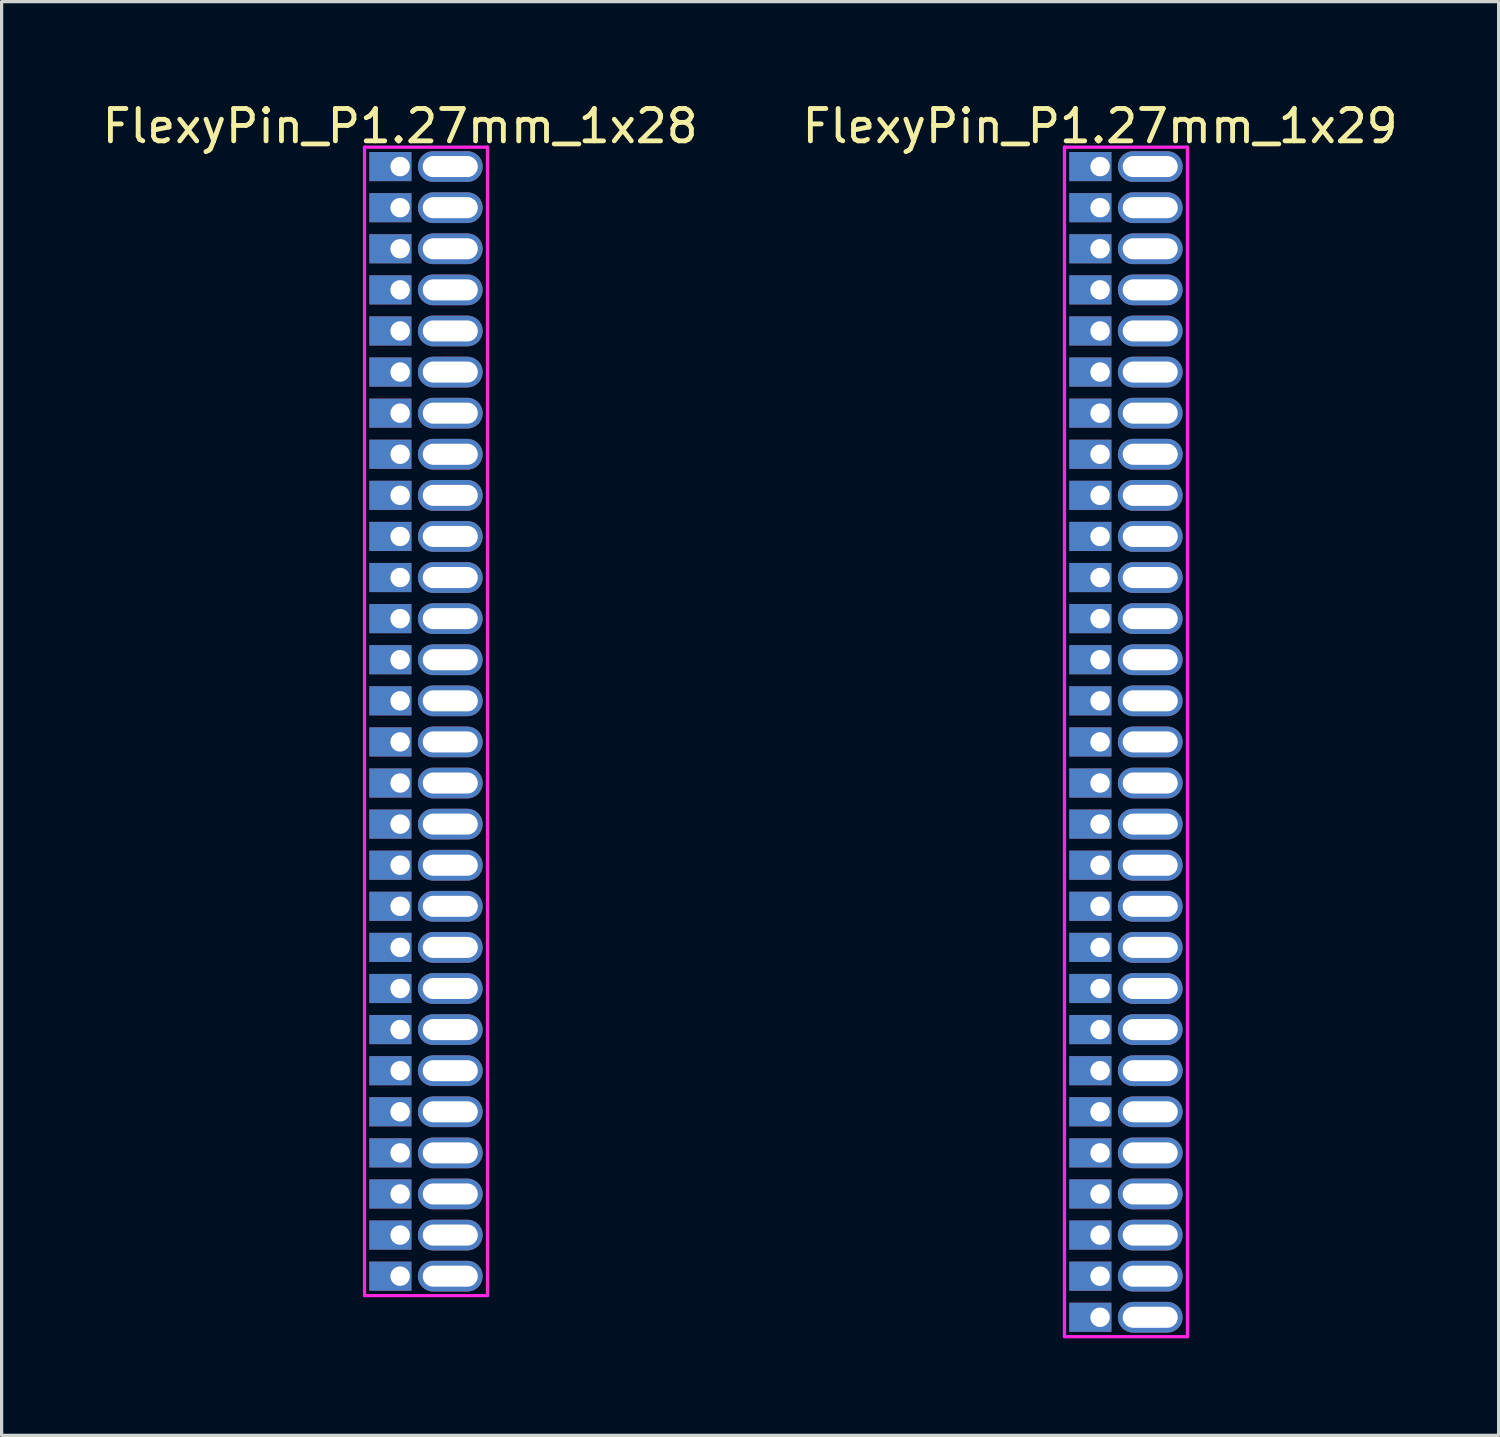
<source format=kicad_pcb>
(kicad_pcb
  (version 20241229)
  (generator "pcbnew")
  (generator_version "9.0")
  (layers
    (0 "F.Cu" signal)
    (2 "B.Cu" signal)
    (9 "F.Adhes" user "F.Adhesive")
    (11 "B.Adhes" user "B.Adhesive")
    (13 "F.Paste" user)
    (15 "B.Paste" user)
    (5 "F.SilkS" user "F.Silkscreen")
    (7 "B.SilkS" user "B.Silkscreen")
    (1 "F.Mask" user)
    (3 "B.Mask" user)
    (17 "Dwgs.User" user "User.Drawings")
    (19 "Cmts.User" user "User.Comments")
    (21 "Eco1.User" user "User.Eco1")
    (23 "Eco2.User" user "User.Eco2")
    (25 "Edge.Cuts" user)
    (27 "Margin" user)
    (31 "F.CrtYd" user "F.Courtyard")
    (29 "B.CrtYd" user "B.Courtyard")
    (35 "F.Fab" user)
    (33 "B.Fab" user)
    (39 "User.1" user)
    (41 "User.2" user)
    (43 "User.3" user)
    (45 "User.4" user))
  (footprint "FlexyPin_P1.27mm_1x29"
    (layer "F.Cu")
    (at 30.946 2.098)
    (property "Reference" "FlexyPin_P1.27mm_1x29" (at 0 -1.25 0) (layer "F.SilkS") (effects (font (size 1 1) (thickness 0.15))))
    (attr through_hole)
    (fp_line (start -1.1 -0.6) (end 2.7 -0.6) (stroke (width 0.1) (type solid)) (layer "F.CrtYd"))
    (fp_line (start -1.1 36.16) (end -1.1 -0.6) (stroke (width 0.1) (type solid)) (layer "F.CrtYd"))
    (fp_line (start 2.7 -0.6) (end 2.7 36.16) (stroke (width 0.1) (type solid)) (layer "F.CrtYd"))
    (fp_line (start 2.7 36.16) (end -1.1 36.16) (stroke (width 0.1) (type solid)) (layer "F.CrtYd"))
    (pad "" thru_hole oval (at 1.55 0) (size 2 0.95) (drill oval 1.7 0.65) (layers "*.Cu" "*.Mask"))
    (pad "" thru_hole oval (at 1.55 1.27) (size 2 0.95) (drill oval 1.7 0.65) (layers "*.Cu" "*.Mask"))
    (pad "" thru_hole oval (at 1.55 2.54) (size 2 0.95) (drill oval 1.7 0.65) (layers "*.Cu" "*.Mask"))
    (pad "" thru_hole oval (at 1.55 3.81) (size 2 0.95) (drill oval 1.7 0.65) (layers "*.Cu" "*.Mask"))
    (pad "" thru_hole oval (at 1.55 5.08) (size 2 0.95) (drill oval 1.7 0.65) (layers "*.Cu" "*.Mask"))
    (pad "" thru_hole oval (at 1.55 6.35) (size 2 0.95) (drill oval 1.7 0.65) (layers "*.Cu" "*.Mask"))
    (pad "" thru_hole oval (at 1.55 7.62) (size 2 0.95) (drill oval 1.7 0.65) (layers "*.Cu" "*.Mask"))
    (pad "" thru_hole oval (at 1.55 8.89) (size 2 0.95) (drill oval 1.7 0.65) (layers "*.Cu" "*.Mask"))
    (pad "" thru_hole oval (at 1.55 10.16) (size 2 0.95) (drill oval 1.7 0.65) (layers "*.Cu" "*.Mask"))
    (pad "" thru_hole oval (at 1.55 11.43) (size 2 0.95) (drill oval 1.7 0.65) (layers "*.Cu" "*.Mask"))
    (pad "" thru_hole oval (at 1.55 12.7) (size 2 0.95) (drill oval 1.7 0.65) (layers "*.Cu" "*.Mask"))
    (pad "" thru_hole oval (at 1.55 13.97) (size 2 0.95) (drill oval 1.7 0.65) (layers "*.Cu" "*.Mask"))
    (pad "" thru_hole oval (at 1.55 15.24) (size 2 0.95) (drill oval 1.7 0.65) (layers "*.Cu" "*.Mask"))
    (pad "" thru_hole oval (at 1.55 16.51) (size 2 0.95) (drill oval 1.7 0.65) (layers "*.Cu" "*.Mask"))
    (pad "" thru_hole oval (at 1.55 17.78) (size 2 0.95) (drill oval 1.7 0.65) (layers "*.Cu" "*.Mask"))
    (pad "" thru_hole oval (at 1.55 19.05) (size 2 0.95) (drill oval 1.7 0.65) (layers "*.Cu" "*.Mask"))
    (pad "" thru_hole oval (at 1.55 20.32) (size 2 0.95) (drill oval 1.7 0.65) (layers "*.Cu" "*.Mask"))
    (pad "" thru_hole oval (at 1.55 21.59) (size 2 0.95) (drill oval 1.7 0.65) (layers "*.Cu" "*.Mask"))
    (pad "" thru_hole oval (at 1.55 22.86) (size 2 0.95) (drill oval 1.7 0.65) (layers "*.Cu" "*.Mask"))
    (pad "" thru_hole oval (at 1.55 24.13) (size 2 0.95) (drill oval 1.7 0.65) (layers "*.Cu" "*.Mask"))
    (pad "" thru_hole oval (at 1.55 25.4) (size 2 0.95) (drill oval 1.7 0.65) (layers "*.Cu" "*.Mask"))
    (pad "" thru_hole oval (at 1.55 26.67) (size 2 0.95) (drill oval 1.7 0.65) (layers "*.Cu" "*.Mask"))
    (pad "" thru_hole oval (at 1.55 27.94) (size 2 0.95) (drill oval 1.7 0.65) (layers "*.Cu" "*.Mask"))
    (pad "" thru_hole oval (at 1.55 29.21) (size 2 0.95) (drill oval 1.7 0.65) (layers "*.Cu" "*.Mask"))
    (pad "" thru_hole oval (at 1.55 30.48) (size 2 0.95) (drill oval 1.7 0.65) (layers "*.Cu" "*.Mask"))
    (pad "" thru_hole oval (at 1.55 31.75) (size 2 0.95) (drill oval 1.7 0.65) (layers "*.Cu" "*.Mask"))
    (pad "" thru_hole oval (at 1.55 33.02) (size 2 0.95) (drill oval 1.7 0.65) (layers "*.Cu" "*.Mask"))
    (pad "" thru_hole oval (at 1.55 34.29) (size 2 0.95) (drill oval 1.7 0.65) (layers "*.Cu" "*.Mask"))
    (pad "" thru_hole oval (at 1.55 35.56) (size 2 0.95) (drill oval 1.7 0.65) (layers "*.Cu" "*.Mask"))
    (pad "1" thru_hole rect (at 0 0) (size 1.3 0.9) (drill 0.6 (offset -0.3 0)) (layers "*.Cu" "*.Mask"))
    (pad "2" thru_hole rect (at 0 1.27) (size 1.3 0.9) (drill 0.6 (offset -0.3 0)) (layers "*.Cu" "*.Mask"))
    (pad "3" thru_hole rect (at 0 2.54) (size 1.3 0.9) (drill 0.6 (offset -0.3 0)) (layers "*.Cu" "*.Mask"))
    (pad "4" thru_hole rect (at 0 3.81) (size 1.3 0.9) (drill 0.6 (offset -0.3 0)) (layers "*.Cu" "*.Mask"))
    (pad "5" thru_hole rect (at 0 5.08) (size 1.3 0.9) (drill 0.6 (offset -0.3 0)) (layers "*.Cu" "*.Mask"))
    (pad "6" thru_hole rect (at 0 6.35) (size 1.3 0.9) (drill 0.6 (offset -0.3 0)) (layers "*.Cu" "*.Mask"))
    (pad "7" thru_hole rect (at 0 7.62) (size 1.3 0.9) (drill 0.6 (offset -0.3 0)) (layers "*.Cu" "*.Mask"))
    (pad "8" thru_hole rect (at 0 8.89) (size 1.3 0.9) (drill 0.6 (offset -0.3 0)) (layers "*.Cu" "*.Mask"))
    (pad "9" thru_hole rect (at 0 10.16) (size 1.3 0.9) (drill 0.6 (offset -0.3 0)) (layers "*.Cu" "*.Mask"))
    (pad "10" thru_hole rect (at 0 11.43) (size 1.3 0.9) (drill 0.6 (offset -0.3 0)) (layers "*.Cu" "*.Mask"))
    (pad "11" thru_hole rect (at 0 12.7) (size 1.3 0.9) (drill 0.6 (offset -0.3 0)) (layers "*.Cu" "*.Mask"))
    (pad "12" thru_hole rect (at 0 13.97) (size 1.3 0.9) (drill 0.6 (offset -0.3 0)) (layers "*.Cu" "*.Mask"))
    (pad "13" thru_hole rect (at 0 15.24) (size 1.3 0.9) (drill 0.6 (offset -0.3 0)) (layers "*.Cu" "*.Mask"))
    (pad "14" thru_hole rect (at 0 16.51) (size 1.3 0.9) (drill 0.6 (offset -0.3 0)) (layers "*.Cu" "*.Mask"))
    (pad "15" thru_hole rect (at 0 17.78) (size 1.3 0.9) (drill 0.6 (offset -0.3 0)) (layers "*.Cu" "*.Mask"))
    (pad "16" thru_hole rect (at 0 19.05) (size 1.3 0.9) (drill 0.6 (offset -0.3 0)) (layers "*.Cu" "*.Mask"))
    (pad "17" thru_hole rect (at 0 20.32) (size 1.3 0.9) (drill 0.6 (offset -0.3 0)) (layers "*.Cu" "*.Mask"))
    (pad "18" thru_hole rect (at 0 21.59) (size 1.3 0.9) (drill 0.6 (offset -0.3 0)) (layers "*.Cu" "*.Mask"))
    (pad "19" thru_hole rect (at 0 22.86) (size 1.3 0.9) (drill 0.6 (offset -0.3 0)) (layers "*.Cu" "*.Mask"))
    (pad "20" thru_hole rect (at 0 24.13) (size 1.3 0.9) (drill 0.6 (offset -0.3 0)) (layers "*.Cu" "*.Mask"))
    (pad "21" thru_hole rect (at 0 25.4) (size 1.3 0.9) (drill 0.6 (offset -0.3 0)) (layers "*.Cu" "*.Mask"))
    (pad "22" thru_hole rect (at 0 26.67) (size 1.3 0.9) (drill 0.6 (offset -0.3 0)) (layers "*.Cu" "*.Mask"))
    (pad "23" thru_hole rect (at 0 27.94) (size 1.3 0.9) (drill 0.6 (offset -0.3 0)) (layers "*.Cu" "*.Mask"))
    (pad "24" thru_hole rect (at 0 29.21) (size 1.3 0.9) (drill 0.6 (offset -0.3 0)) (layers "*.Cu" "*.Mask"))
    (pad "25" thru_hole rect (at 0 30.48) (size 1.3 0.9) (drill 0.6 (offset -0.3 0)) (layers "*.Cu" "*.Mask"))
    (pad "26" thru_hole rect (at 0 31.75) (size 1.3 0.9) (drill 0.6 (offset -0.3 0)) (layers "*.Cu" "*.Mask"))
    (pad "27" thru_hole rect (at 0 33.02) (size 1.3 0.9) (drill 0.6 (offset -0.3 0)) (layers "*.Cu" "*.Mask"))
    (pad "28" thru_hole rect (at 0 34.29) (size 1.3 0.9) (drill 0.6 (offset -0.3 0)) (layers "*.Cu" "*.Mask"))
    (pad "29" thru_hole rect (at 0 35.56) (size 1.3 0.9) (drill 0.6 (offset -0.3 0)) (layers "*.Cu" "*.Mask")))
  (footprint "FlexyPin_P1.27mm_1x28"
    (layer "F.Cu")
    (at 9.315 2.098)
    (property "Reference" "FlexyPin_P1.27mm_1x28" (at 0 -1.25 0) (layer "F.SilkS") (effects (font (size 1 1) (thickness 0.15))))
    (attr through_hole)
    (fp_line (start -1.1 -0.6) (end 2.7 -0.6) (stroke (width 0.1) (type solid)) (layer "F.CrtYd"))
    (fp_line (start -1.1 34.89) (end -1.1 -0.6) (stroke (width 0.1) (type solid)) (layer "F.CrtYd"))
    (fp_line (start 2.7 -0.6) (end 2.7 34.89) (stroke (width 0.1) (type solid)) (layer "F.CrtYd"))
    (fp_line (start 2.7 34.89) (end -1.1 34.89) (stroke (width 0.1) (type solid)) (layer "F.CrtYd"))
    (pad "" thru_hole oval (at 1.55 0) (size 2 0.95) (drill oval 1.7 0.65) (layers "*.Cu" "*.Mask"))
    (pad "" thru_hole oval (at 1.55 1.27) (size 2 0.95) (drill oval 1.7 0.65) (layers "*.Cu" "*.Mask"))
    (pad "" thru_hole oval (at 1.55 2.54) (size 2 0.95) (drill oval 1.7 0.65) (layers "*.Cu" "*.Mask"))
    (pad "" thru_hole oval (at 1.55 3.81) (size 2 0.95) (drill oval 1.7 0.65) (layers "*.Cu" "*.Mask"))
    (pad "" thru_hole oval (at 1.55 5.08) (size 2 0.95) (drill oval 1.7 0.65) (layers "*.Cu" "*.Mask"))
    (pad "" thru_hole oval (at 1.55 6.35) (size 2 0.95) (drill oval 1.7 0.65) (layers "*.Cu" "*.Mask"))
    (pad "" thru_hole oval (at 1.55 7.62) (size 2 0.95) (drill oval 1.7 0.65) (layers "*.Cu" "*.Mask"))
    (pad "" thru_hole oval (at 1.55 8.89) (size 2 0.95) (drill oval 1.7 0.65) (layers "*.Cu" "*.Mask"))
    (pad "" thru_hole oval (at 1.55 10.16) (size 2 0.95) (drill oval 1.7 0.65) (layers "*.Cu" "*.Mask"))
    (pad "" thru_hole oval (at 1.55 11.43) (size 2 0.95) (drill oval 1.7 0.65) (layers "*.Cu" "*.Mask"))
    (pad "" thru_hole oval (at 1.55 12.7) (size 2 0.95) (drill oval 1.7 0.65) (layers "*.Cu" "*.Mask"))
    (pad "" thru_hole oval (at 1.55 13.97) (size 2 0.95) (drill oval 1.7 0.65) (layers "*.Cu" "*.Mask"))
    (pad "" thru_hole oval (at 1.55 15.24) (size 2 0.95) (drill oval 1.7 0.65) (layers "*.Cu" "*.Mask"))
    (pad "" thru_hole oval (at 1.55 16.51) (size 2 0.95) (drill oval 1.7 0.65) (layers "*.Cu" "*.Mask"))
    (pad "" thru_hole oval (at 1.55 17.78) (size 2 0.95) (drill oval 1.7 0.65) (layers "*.Cu" "*.Mask"))
    (pad "" thru_hole oval (at 1.55 19.05) (size 2 0.95) (drill oval 1.7 0.65) (layers "*.Cu" "*.Mask"))
    (pad "" thru_hole oval (at 1.55 20.32) (size 2 0.95) (drill oval 1.7 0.65) (layers "*.Cu" "*.Mask"))
    (pad "" thru_hole oval (at 1.55 21.59) (size 2 0.95) (drill oval 1.7 0.65) (layers "*.Cu" "*.Mask"))
    (pad "" thru_hole oval (at 1.55 22.86) (size 2 0.95) (drill oval 1.7 0.65) (layers "*.Cu" "*.Mask"))
    (pad "" thru_hole oval (at 1.55 24.13) (size 2 0.95) (drill oval 1.7 0.65) (layers "*.Cu" "*.Mask"))
    (pad "" thru_hole oval (at 1.55 25.4) (size 2 0.95) (drill oval 1.7 0.65) (layers "*.Cu" "*.Mask"))
    (pad "" thru_hole oval (at 1.55 26.67) (size 2 0.95) (drill oval 1.7 0.65) (layers "*.Cu" "*.Mask"))
    (pad "" thru_hole oval (at 1.55 27.94) (size 2 0.95) (drill oval 1.7 0.65) (layers "*.Cu" "*.Mask"))
    (pad "" thru_hole oval (at 1.55 29.21) (size 2 0.95) (drill oval 1.7 0.65) (layers "*.Cu" "*.Mask"))
    (pad "" thru_hole oval (at 1.55 30.48) (size 2 0.95) (drill oval 1.7 0.65) (layers "*.Cu" "*.Mask"))
    (pad "" thru_hole oval (at 1.55 31.75) (size 2 0.95) (drill oval 1.7 0.65) (layers "*.Cu" "*.Mask"))
    (pad "" thru_hole oval (at 1.55 33.02) (size 2 0.95) (drill oval 1.7 0.65) (layers "*.Cu" "*.Mask"))
    (pad "" thru_hole oval (at 1.55 34.29) (size 2 0.95) (drill oval 1.7 0.65) (layers "*.Cu" "*.Mask"))
    (pad "1" thru_hole rect (at 0 0) (size 1.3 0.9) (drill 0.6 (offset -0.3 0)) (layers "*.Cu" "*.Mask"))
    (pad "2" thru_hole rect (at 0 1.27) (size 1.3 0.9) (drill 0.6 (offset -0.3 0)) (layers "*.Cu" "*.Mask"))
    (pad "3" thru_hole rect (at 0 2.54) (size 1.3 0.9) (drill 0.6 (offset -0.3 0)) (layers "*.Cu" "*.Mask"))
    (pad "4" thru_hole rect (at 0 3.81) (size 1.3 0.9) (drill 0.6 (offset -0.3 0)) (layers "*.Cu" "*.Mask"))
    (pad "5" thru_hole rect (at 0 5.08) (size 1.3 0.9) (drill 0.6 (offset -0.3 0)) (layers "*.Cu" "*.Mask"))
    (pad "6" thru_hole rect (at 0 6.35) (size 1.3 0.9) (drill 0.6 (offset -0.3 0)) (layers "*.Cu" "*.Mask"))
    (pad "7" thru_hole rect (at 0 7.62) (size 1.3 0.9) (drill 0.6 (offset -0.3 0)) (layers "*.Cu" "*.Mask"))
    (pad "8" thru_hole rect (at 0 8.89) (size 1.3 0.9) (drill 0.6 (offset -0.3 0)) (layers "*.Cu" "*.Mask"))
    (pad "9" thru_hole rect (at 0 10.16) (size 1.3 0.9) (drill 0.6 (offset -0.3 0)) (layers "*.Cu" "*.Mask"))
    (pad "10" thru_hole rect (at 0 11.43) (size 1.3 0.9) (drill 0.6 (offset -0.3 0)) (layers "*.Cu" "*.Mask"))
    (pad "11" thru_hole rect (at 0 12.7) (size 1.3 0.9) (drill 0.6 (offset -0.3 0)) (layers "*.Cu" "*.Mask"))
    (pad "12" thru_hole rect (at 0 13.97) (size 1.3 0.9) (drill 0.6 (offset -0.3 0)) (layers "*.Cu" "*.Mask"))
    (pad "13" thru_hole rect (at 0 15.24) (size 1.3 0.9) (drill 0.6 (offset -0.3 0)) (layers "*.Cu" "*.Mask"))
    (pad "14" thru_hole rect (at 0 16.51) (size 1.3 0.9) (drill 0.6 (offset -0.3 0)) (layers "*.Cu" "*.Mask"))
    (pad "15" thru_hole rect (at 0 17.78) (size 1.3 0.9) (drill 0.6 (offset -0.3 0)) (layers "*.Cu" "*.Mask"))
    (pad "16" thru_hole rect (at 0 19.05) (size 1.3 0.9) (drill 0.6 (offset -0.3 0)) (layers "*.Cu" "*.Mask"))
    (pad "17" thru_hole rect (at 0 20.32) (size 1.3 0.9) (drill 0.6 (offset -0.3 0)) (layers "*.Cu" "*.Mask"))
    (pad "18" thru_hole rect (at 0 21.59) (size 1.3 0.9) (drill 0.6 (offset -0.3 0)) (layers "*.Cu" "*.Mask"))
    (pad "19" thru_hole rect (at 0 22.86) (size 1.3 0.9) (drill 0.6 (offset -0.3 0)) (layers "*.Cu" "*.Mask"))
    (pad "20" thru_hole rect (at 0 24.13) (size 1.3 0.9) (drill 0.6 (offset -0.3 0)) (layers "*.Cu" "*.Mask"))
    (pad "21" thru_hole rect (at 0 25.4) (size 1.3 0.9) (drill 0.6 (offset -0.3 0)) (layers "*.Cu" "*.Mask"))
    (pad "22" thru_hole rect (at 0 26.67) (size 1.3 0.9) (drill 0.6 (offset -0.3 0)) (layers "*.Cu" "*.Mask"))
    (pad "23" thru_hole rect (at 0 27.94) (size 1.3 0.9) (drill 0.6 (offset -0.3 0)) (layers "*.Cu" "*.Mask"))
    (pad "24" thru_hole rect (at 0 29.21) (size 1.3 0.9) (drill 0.6 (offset -0.3 0)) (layers "*.Cu" "*.Mask"))
    (pad "25" thru_hole rect (at 0 30.48) (size 1.3 0.9) (drill 0.6 (offset -0.3 0)) (layers "*.Cu" "*.Mask"))
    (pad "26" thru_hole rect (at 0 31.75) (size 1.3 0.9) (drill 0.6 (offset -0.3 0)) (layers "*.Cu" "*.Mask"))
    (pad "27" thru_hole rect (at 0 33.02) (size 1.3 0.9) (drill 0.6 (offset -0.3 0)) (layers "*.Cu" "*.Mask"))
    (pad "28" thru_hole rect (at 0 34.29) (size 1.3 0.9) (drill 0.6 (offset -0.3 0)) (layers "*.Cu" "*.Mask")))
  (gr_rect
    (start -3 -3)
    (end 43.262 41.308)
    (stroke (width 0.1) (type default))
    (fill no)
    (layer "Edge.Cuts")))
</source>
